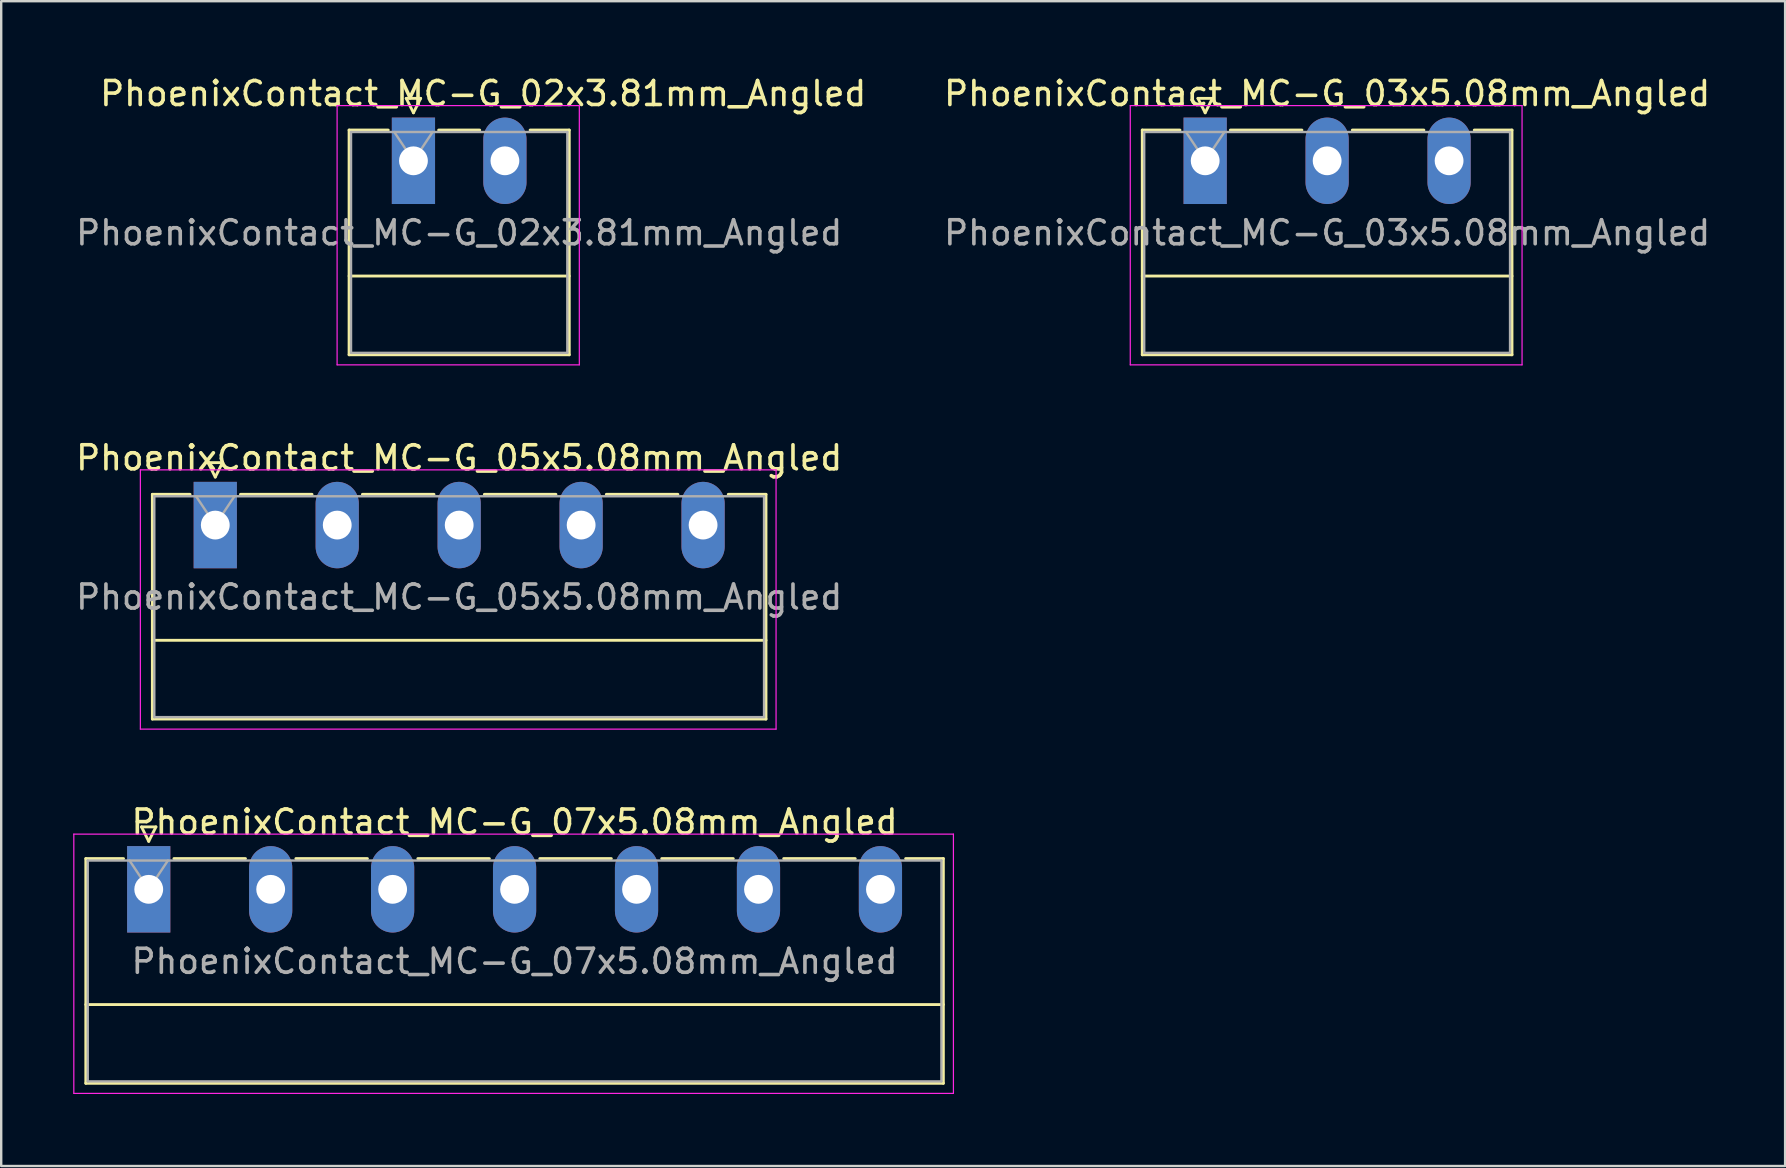
<source format=kicad_pcb>
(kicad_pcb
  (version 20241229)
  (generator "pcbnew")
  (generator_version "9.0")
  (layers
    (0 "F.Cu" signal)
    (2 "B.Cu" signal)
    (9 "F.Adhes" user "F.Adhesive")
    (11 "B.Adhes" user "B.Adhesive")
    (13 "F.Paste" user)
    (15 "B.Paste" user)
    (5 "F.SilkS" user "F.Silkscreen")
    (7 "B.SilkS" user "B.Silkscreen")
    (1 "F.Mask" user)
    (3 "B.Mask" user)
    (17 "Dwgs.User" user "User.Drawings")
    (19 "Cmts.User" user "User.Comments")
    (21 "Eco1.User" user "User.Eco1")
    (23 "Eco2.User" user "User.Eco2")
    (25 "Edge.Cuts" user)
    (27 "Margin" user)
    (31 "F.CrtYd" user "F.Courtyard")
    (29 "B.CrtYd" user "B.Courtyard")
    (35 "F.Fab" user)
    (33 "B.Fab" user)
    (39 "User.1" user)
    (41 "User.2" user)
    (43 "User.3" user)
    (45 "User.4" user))
  (footprint "PhoenixContact_MC-G_02x3.81mm_Angled"
    (layer "F.Cu")
    (at 14.172 3.648)
    (property "Reference" "PhoenixContact_MC-G_02x3.81mm_Angled" (at 2.905 -2.8 0) (layer "F.SilkS") (effects (font (size 1 1) (thickness 0.15))))
    (attr through_hole)
    (fp_line (start -2.68 -1.28) (end -2.68 8.08) (stroke (width 0.12) (type solid)) (layer "F.SilkS"))
    (fp_line (start -2.68 -1.28) (end -1.05 -1.28) (stroke (width 0.12) (type solid)) (layer "F.SilkS"))
    (fp_line (start -2.68 4.8) (end 6.49 4.8) (stroke (width 0.12) (type solid)) (layer "F.SilkS"))
    (fp_line (start -2.68 8.08) (end 6.49 8.08) (stroke (width 0.12) (type solid)) (layer "F.SilkS"))
    (fp_line (start -0.3 -2.6) (end 0.3 -2.6) (stroke (width 0.12) (type solid)) (layer "F.SilkS"))
    (fp_line (start 0 -2) (end -0.3 -2.6) (stroke (width 0.12) (type solid)) (layer "F.SilkS"))
    (fp_line (start 0.3 -2.6) (end 0 -2) (stroke (width 0.12) (type solid)) (layer "F.SilkS"))
    (fp_line (start 1.05 -1.28) (end 2.76 -1.28) (stroke (width 0.12) (type solid)) (layer "F.SilkS"))
    (fp_line (start 6.49 -1.28) (end 4.86 -1.28) (stroke (width 0.12) (type solid)) (layer "F.SilkS"))
    (fp_line (start 6.49 8.08) (end 6.49 -1.28) (stroke (width 0.12) (type solid)) (layer "F.SilkS"))
    (fp_line (start -3.18 -2.3) (end -3.18 8.5) (stroke (width 0.05) (type solid)) (layer "F.CrtYd"))
    (fp_line (start -3.18 8.5) (end 6.91 8.5) (stroke (width 0.05) (type solid)) (layer "F.CrtYd"))
    (fp_line (start 6.91 -2.3) (end -3.18 -2.3) (stroke (width 0.05) (type solid)) (layer "F.CrtYd"))
    (fp_line (start 6.91 8.5) (end 6.91 -2.3) (stroke (width 0.05) (type solid)) (layer "F.CrtYd"))
    (fp_line (start -2.6 -1.2) (end -2.6 8) (stroke (width 0.1) (type solid)) (layer "F.Fab"))
    (fp_line (start -2.6 8) (end 6.41 8) (stroke (width 0.1) (type solid)) (layer "F.Fab"))
    (fp_line (start 0 0) (end -0.8 -1.2) (stroke (width 0.1) (type solid)) (layer "F.Fab"))
    (fp_line (start 0.8 -1.2) (end 0 0) (stroke (width 0.1) (type solid)) (layer "F.Fab"))
    (fp_line (start 6.41 -1.2) (end -2.6 -1.2) (stroke (width 0.1) (type solid)) (layer "F.Fab"))
    (fp_line (start 6.41 8) (end 6.41 -1.2) (stroke (width 0.1) (type solid)) (layer "F.Fab"))
    (fp_text user "${REFERENCE}" (at 1.905 3 0) (layer "F.Fab") (effects (font (size 1 1) (thickness 0.15))))
    (pad "1" thru_hole rect (at 0 0) (size 1.8 3.6) (drill 1.2) (layers "*.Cu" "*.Mask"))
    (pad "2" thru_hole oval (at 3.81 0) (size 1.8 3.6) (drill 1.2) (layers "*.Cu" "*.Mask")))
  (footprint "PhoenixContact_MC-G_03x5.08mm_Angled"
    (layer "F.Cu")
    (at 47.152 3.648)
    (property "Reference" "PhoenixContact_MC-G_03x5.08mm_Angled" (at 5.08 -2.8 0) (layer "F.SilkS") (effects (font (size 1 1) (thickness 0.15))))
    (attr through_hole)
    (fp_line (start -2.62 -1.28) (end -2.62 8.08) (stroke (width 0.12) (type solid)) (layer "F.SilkS"))
    (fp_line (start -2.62 -1.28) (end -1.05 -1.28) (stroke (width 0.12) (type solid)) (layer "F.SilkS"))
    (fp_line (start -2.62 4.8) (end 12.78 4.8) (stroke (width 0.12) (type solid)) (layer "F.SilkS"))
    (fp_line (start -2.62 8.08) (end 12.78 8.08) (stroke (width 0.12) (type solid)) (layer "F.SilkS"))
    (fp_line (start -0.3 -2.6) (end 0.3 -2.6) (stroke (width 0.12) (type solid)) (layer "F.SilkS"))
    (fp_line (start 0 -2) (end -0.3 -2.6) (stroke (width 0.12) (type solid)) (layer "F.SilkS"))
    (fp_line (start 0.3 -2.6) (end 0 -2) (stroke (width 0.12) (type solid)) (layer "F.SilkS"))
    (fp_line (start 1.05 -1.28) (end 4.03 -1.28) (stroke (width 0.12) (type solid)) (layer "F.SilkS"))
    (fp_line (start 6.13 -1.28) (end 9.11 -1.28) (stroke (width 0.12) (type solid)) (layer "F.SilkS"))
    (fp_line (start 12.78 -1.28) (end 11.21 -1.28) (stroke (width 0.12) (type solid)) (layer "F.SilkS"))
    (fp_line (start 12.78 8.08) (end 12.78 -1.28) (stroke (width 0.12) (type solid)) (layer "F.SilkS"))
    (fp_line (start -3.12 -2.3) (end -3.12 8.5) (stroke (width 0.05) (type solid)) (layer "F.CrtYd"))
    (fp_line (start -3.12 8.5) (end 13.2 8.5) (stroke (width 0.05) (type solid)) (layer "F.CrtYd"))
    (fp_line (start 13.2 -2.3) (end -3.12 -2.3) (stroke (width 0.05) (type solid)) (layer "F.CrtYd"))
    (fp_line (start 13.2 8.5) (end 13.2 -2.3) (stroke (width 0.05) (type solid)) (layer "F.CrtYd"))
    (fp_line (start -2.54 -1.2) (end -2.54 8) (stroke (width 0.1) (type solid)) (layer "F.Fab"))
    (fp_line (start -2.54 8) (end 12.7 8) (stroke (width 0.1) (type solid)) (layer "F.Fab"))
    (fp_line (start 0 0) (end -0.8 -1.2) (stroke (width 0.1) (type solid)) (layer "F.Fab"))
    (fp_line (start 0.8 -1.2) (end 0 0) (stroke (width 0.1) (type solid)) (layer "F.Fab"))
    (fp_line (start 12.7 -1.2) (end -2.54 -1.2) (stroke (width 0.1) (type solid)) (layer "F.Fab"))
    (fp_line (start 12.7 8) (end 12.7 -1.2) (stroke (width 0.1) (type solid)) (layer "F.Fab"))
    (fp_text user "${REFERENCE}" (at 5.08 3 0) (layer "F.Fab") (effects (font (size 1 1) (thickness 0.15))))
    (pad "1" thru_hole rect (at 0 0) (size 1.8 3.6) (drill 1.2) (layers "*.Cu" "*.Mask"))
    (pad "2" thru_hole oval (at 5.08 0) (size 1.8 3.6) (drill 1.2) (layers "*.Cu" "*.Mask"))
    (pad "3" thru_hole oval (at 10.16 0) (size 1.8 3.6) (drill 1.2) (layers "*.Cu" "*.Mask")))
  (footprint "PhoenixContact_MC-G_05x5.08mm_Angled"
    (layer "F.Cu")
    (at 5.917 18.822)
    (property "Reference" "PhoenixContact_MC-G_05x5.08mm_Angled" (at 10.16 -2.8 0) (layer "F.SilkS") (effects (font (size 1 1) (thickness 0.15))))
    (attr through_hole)
    (fp_line (start -2.62 -1.28) (end -2.62 8.08) (stroke (width 0.12) (type solid)) (layer "F.SilkS"))
    (fp_line (start -2.62 -1.28) (end -1.05 -1.28) (stroke (width 0.12) (type solid)) (layer "F.SilkS"))
    (fp_line (start -2.62 4.8) (end 22.94 4.8) (stroke (width 0.12) (type solid)) (layer "F.SilkS"))
    (fp_line (start -2.62 8.08) (end 22.94 8.08) (stroke (width 0.12) (type solid)) (layer "F.SilkS"))
    (fp_line (start -0.3 -2.6) (end 0.3 -2.6) (stroke (width 0.12) (type solid)) (layer "F.SilkS"))
    (fp_line (start 0 -2) (end -0.3 -2.6) (stroke (width 0.12) (type solid)) (layer "F.SilkS"))
    (fp_line (start 0.3 -2.6) (end 0 -2) (stroke (width 0.12) (type solid)) (layer "F.SilkS"))
    (fp_line (start 1.05 -1.28) (end 4.03 -1.28) (stroke (width 0.12) (type solid)) (layer "F.SilkS"))
    (fp_line (start 6.13 -1.28) (end 9.11 -1.28) (stroke (width 0.12) (type solid)) (layer "F.SilkS"))
    (fp_line (start 11.21 -1.28) (end 14.19 -1.28) (stroke (width 0.12) (type solid)) (layer "F.SilkS"))
    (fp_line (start 16.29 -1.28) (end 19.27 -1.28) (stroke (width 0.12) (type solid)) (layer "F.SilkS"))
    (fp_line (start 22.94 -1.28) (end 21.37 -1.28) (stroke (width 0.12) (type solid)) (layer "F.SilkS"))
    (fp_line (start 22.94 8.08) (end 22.94 -1.28) (stroke (width 0.12) (type solid)) (layer "F.SilkS"))
    (fp_line (start -3.12 -2.3) (end -3.12 8.5) (stroke (width 0.05) (type solid)) (layer "F.CrtYd"))
    (fp_line (start -3.12 8.5) (end 23.36 8.5) (stroke (width 0.05) (type solid)) (layer "F.CrtYd"))
    (fp_line (start 23.36 -2.3) (end -3.12 -2.3) (stroke (width 0.05) (type solid)) (layer "F.CrtYd"))
    (fp_line (start 23.36 8.5) (end 23.36 -2.3) (stroke (width 0.05) (type solid)) (layer "F.CrtYd"))
    (fp_line (start -2.54 -1.2) (end -2.54 8) (stroke (width 0.1) (type solid)) (layer "F.Fab"))
    (fp_line (start -2.54 8) (end 22.86 8) (stroke (width 0.1) (type solid)) (layer "F.Fab"))
    (fp_line (start 0 0) (end -0.8 -1.2) (stroke (width 0.1) (type solid)) (layer "F.Fab"))
    (fp_line (start 0.8 -1.2) (end 0 0) (stroke (width 0.1) (type solid)) (layer "F.Fab"))
    (fp_line (start 22.86 -1.2) (end -2.54 -1.2) (stroke (width 0.1) (type solid)) (layer "F.Fab"))
    (fp_line (start 22.86 8) (end 22.86 -1.2) (stroke (width 0.1) (type solid)) (layer "F.Fab"))
    (fp_text user "${REFERENCE}" (at 10.16 3 0) (layer "F.Fab") (effects (font (size 1 1) (thickness 0.15))))
    (pad "1" thru_hole rect (at 0 0) (size 1.8 3.6) (drill 1.2) (layers "*.Cu" "*.Mask"))
    (pad "2" thru_hole oval (at 5.08 0) (size 1.8 3.6) (drill 1.2) (layers "*.Cu" "*.Mask"))
    (pad "3" thru_hole oval (at 10.16 0) (size 1.8 3.6) (drill 1.2) (layers "*.Cu" "*.Mask"))
    (pad "4" thru_hole oval (at 15.24 0) (size 1.8 3.6) (drill 1.2) (layers "*.Cu" "*.Mask"))
    (pad "5" thru_hole oval (at 20.32 0) (size 1.8 3.6) (drill 1.2) (layers "*.Cu" "*.Mask")))
  (footprint "PhoenixContact_MC-G_07x5.08mm_Angled"
    (layer "F.Cu")
    (at 3.145 33.995)
    (property "Reference" "PhoenixContact_MC-G_07x5.08mm_Angled" (at 15.24 -2.8 0) (layer "F.SilkS") (effects (font (size 1 1) (thickness 0.15))))
    (attr through_hole)
    (fp_line (start -2.62 -1.28) (end -2.62 8.08) (stroke (width 0.12) (type solid)) (layer "F.SilkS"))
    (fp_line (start -2.62 -1.28) (end -1.05 -1.28) (stroke (width 0.12) (type solid)) (layer "F.SilkS"))
    (fp_line (start -2.62 4.8) (end 33.1 4.8) (stroke (width 0.12) (type solid)) (layer "F.SilkS"))
    (fp_line (start -2.62 8.08) (end 33.1 8.08) (stroke (width 0.12) (type solid)) (layer "F.SilkS"))
    (fp_line (start -0.3 -2.6) (end 0.3 -2.6) (stroke (width 0.12) (type solid)) (layer "F.SilkS"))
    (fp_line (start 0 -2) (end -0.3 -2.6) (stroke (width 0.12) (type solid)) (layer "F.SilkS"))
    (fp_line (start 0.3 -2.6) (end 0 -2) (stroke (width 0.12) (type solid)) (layer "F.SilkS"))
    (fp_line (start 1.05 -1.28) (end 4.03 -1.28) (stroke (width 0.12) (type solid)) (layer "F.SilkS"))
    (fp_line (start 6.13 -1.28) (end 9.11 -1.28) (stroke (width 0.12) (type solid)) (layer "F.SilkS"))
    (fp_line (start 11.21 -1.28) (end 14.19 -1.28) (stroke (width 0.12) (type solid)) (layer "F.SilkS"))
    (fp_line (start 16.29 -1.28) (end 19.27 -1.28) (stroke (width 0.12) (type solid)) (layer "F.SilkS"))
    (fp_line (start 21.37 -1.28) (end 24.35 -1.28) (stroke (width 0.12) (type solid)) (layer "F.SilkS"))
    (fp_line (start 26.45 -1.28) (end 29.43 -1.28) (stroke (width 0.12) (type solid)) (layer "F.SilkS"))
    (fp_line (start 33.1 -1.28) (end 31.53 -1.28) (stroke (width 0.12) (type solid)) (layer "F.SilkS"))
    (fp_line (start 33.1 8.08) (end 33.1 -1.28) (stroke (width 0.12) (type solid)) (layer "F.SilkS"))
    (fp_line (start -3.12 -2.3) (end -3.12 8.5) (stroke (width 0.05) (type solid)) (layer "F.CrtYd"))
    (fp_line (start -3.12 8.5) (end 33.52 8.5) (stroke (width 0.05) (type solid)) (layer "F.CrtYd"))
    (fp_line (start 33.52 -2.3) (end -3.12 -2.3) (stroke (width 0.05) (type solid)) (layer "F.CrtYd"))
    (fp_line (start 33.52 8.5) (end 33.52 -2.3) (stroke (width 0.05) (type solid)) (layer "F.CrtYd"))
    (fp_line (start -2.54 -1.2) (end -2.54 8) (stroke (width 0.1) (type solid)) (layer "F.Fab"))
    (fp_line (start -2.54 8) (end 33.02 8) (stroke (width 0.1) (type solid)) (layer "F.Fab"))
    (fp_line (start 0 0) (end -0.8 -1.2) (stroke (width 0.1) (type solid)) (layer "F.Fab"))
    (fp_line (start 0.8 -1.2) (end 0 0) (stroke (width 0.1) (type solid)) (layer "F.Fab"))
    (fp_line (start 33.02 -1.2) (end -2.54 -1.2) (stroke (width 0.1) (type solid)) (layer "F.Fab"))
    (fp_line (start 33.02 8) (end 33.02 -1.2) (stroke (width 0.1) (type solid)) (layer "F.Fab"))
    (fp_text user "${REFERENCE}" (at 15.24 3 0) (layer "F.Fab") (effects (font (size 1 1) (thickness 0.15))))
    (pad "1" thru_hole rect (at 0 0) (size 1.8 3.6) (drill 1.2) (layers "*.Cu" "*.Mask"))
    (pad "2" thru_hole oval (at 5.08 0) (size 1.8 3.6) (drill 1.2) (layers "*.Cu" "*.Mask"))
    (pad "3" thru_hole oval (at 10.16 0) (size 1.8 3.6) (drill 1.2) (layers "*.Cu" "*.Mask"))
    (pad "4" thru_hole oval (at 15.24 0) (size 1.8 3.6) (drill 1.2) (layers "*.Cu" "*.Mask"))
    (pad "5" thru_hole oval (at 20.32 0) (size 1.8 3.6) (drill 1.2) (layers "*.Cu" "*.Mask"))
    (pad "6" thru_hole oval (at 25.4 0) (size 1.8 3.6) (drill 1.2) (layers "*.Cu" "*.Mask"))
    (pad "7" thru_hole oval (at 30.48 0) (size 1.8 3.6) (drill 1.2) (layers "*.Cu" "*.Mask")))
  (gr_rect
    (start -3 -3)
    (end 71.31 45.52)
    (stroke (width 0.1) (type default))
    (fill no)
    (layer "Edge.Cuts")))
</source>
